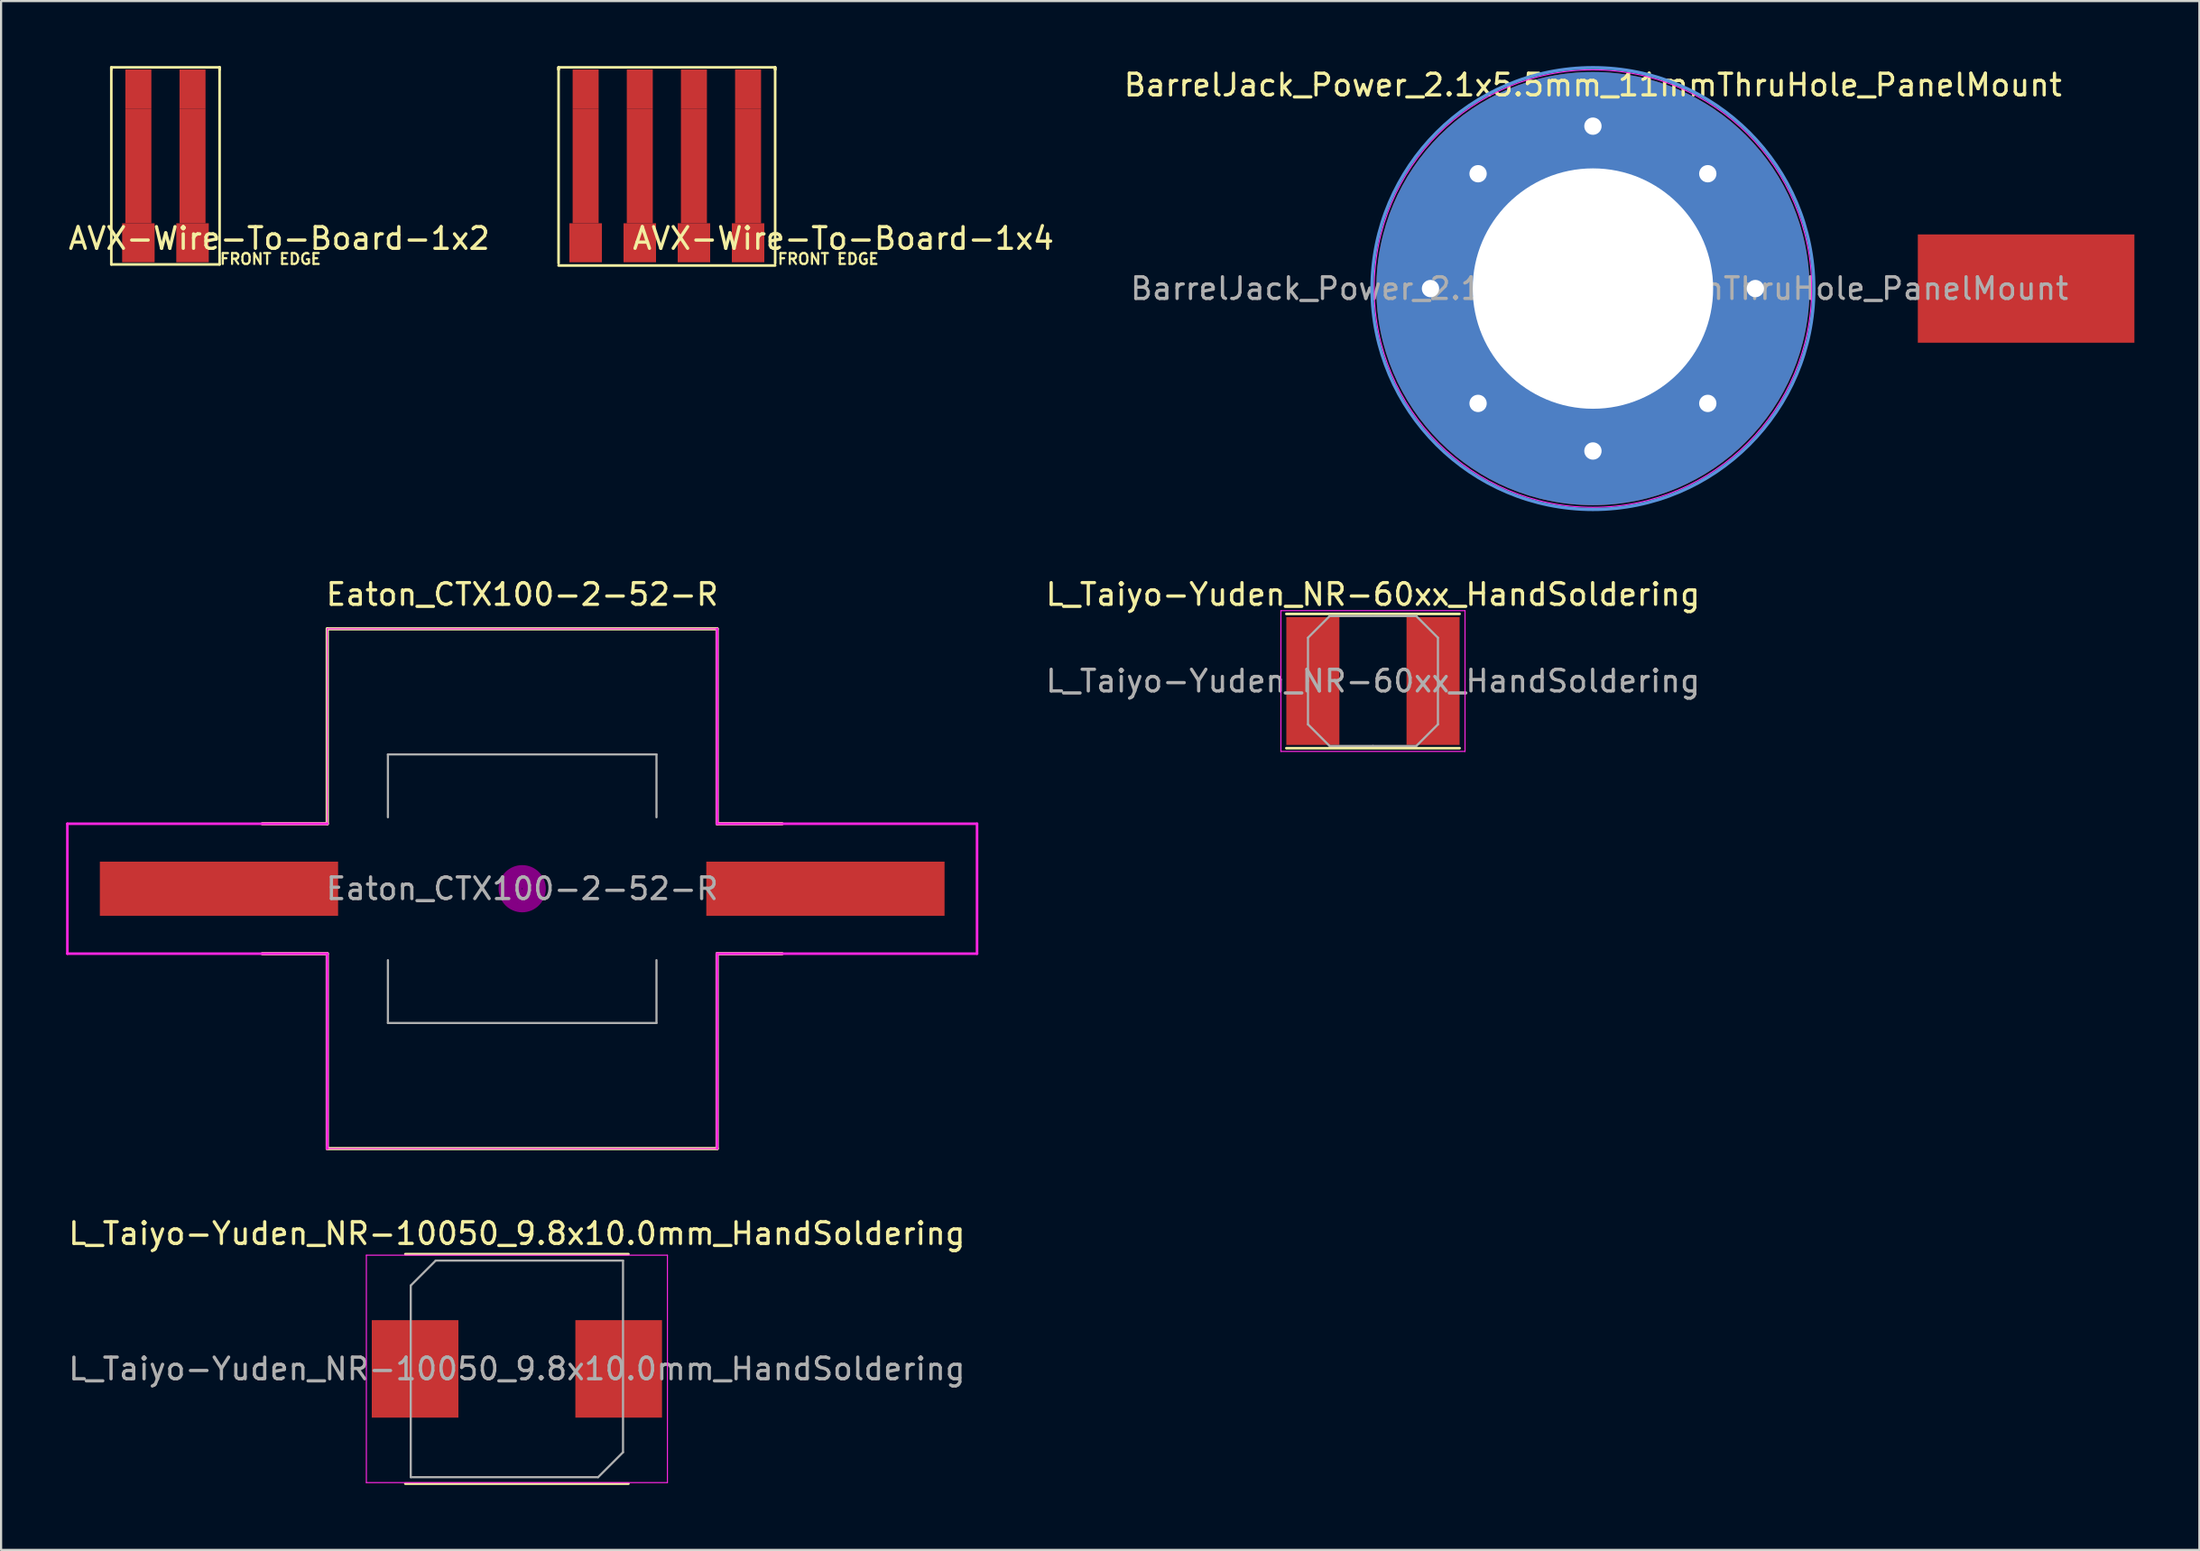
<source format=kicad_pcb>
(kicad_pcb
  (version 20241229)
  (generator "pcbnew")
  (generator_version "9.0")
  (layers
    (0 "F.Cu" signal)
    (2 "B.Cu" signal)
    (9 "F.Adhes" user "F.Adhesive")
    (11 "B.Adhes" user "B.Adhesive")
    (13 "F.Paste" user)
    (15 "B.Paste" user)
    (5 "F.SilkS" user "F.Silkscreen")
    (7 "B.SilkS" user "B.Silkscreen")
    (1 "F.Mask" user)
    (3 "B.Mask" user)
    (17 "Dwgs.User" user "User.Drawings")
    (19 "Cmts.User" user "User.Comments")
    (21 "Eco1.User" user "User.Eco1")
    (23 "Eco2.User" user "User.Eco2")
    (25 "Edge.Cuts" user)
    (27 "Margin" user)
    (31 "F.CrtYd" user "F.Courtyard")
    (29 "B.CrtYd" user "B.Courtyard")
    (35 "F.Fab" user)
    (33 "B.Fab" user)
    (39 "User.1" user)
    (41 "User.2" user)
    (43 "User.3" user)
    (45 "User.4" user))
  (footprint "BarrelJack_Power_2.1x5.5mm_11mmThruHole_PanelMount"
    (layer "F.Cu")
    (at 70.496 10.275)
    (property "Reference" "BarrelJack_Power_2.1x5.5mm_11mmThruHole_PanelMount" (at 0 -9.4 0) (layer "F.SilkS") (effects (font (size 1 1) (thickness 0.15))))
    (attr exclude_from_pos_files exclude_from_bom)
    (fp_circle (center 0 0) (end 10.2 0) (stroke (width 0.15) (type solid)) (fill no) (layer "Cmts.User"))
    (fp_circle (center 0 0) (end 10.1 0) (stroke (width 0.05) (type solid)) (fill no) (layer "F.CrtYd"))
    (fp_text user "${REFERENCE}" (at 0.3 0 0) (layer "F.Fab") (effects (font (size 1 1) (thickness 0.15))))
    (pad "1" thru_hole circle (at -7.5 0) (size 1.1 1.1) (drill 0.8) (layers "*.Cu" "*.Mask"))
    (pad "1" thru_hole circle (at -5.303 -5.303) (size 1.1 1.1) (drill 0.8) (layers "*.Cu" "*.Mask"))
    (pad "1" thru_hole circle (at -5.303 5.303) (size 1.1 1.1) (drill 0.8) (layers "*.Cu" "*.Mask"))
    (pad "1" thru_hole circle (at 0 -7.5) (size 1.1 1.1) (drill 0.8) (layers "*.Cu" "*.Mask"))
    (pad "1" thru_hole circle (at 0 0) (size 20 20) (drill 11.1) (layers "*.Cu" "*.Mask"))
    (pad "1" thru_hole circle (at 0 7.5) (size 1.1 1.1) (drill 0.8) (layers "*.Cu" "*.Mask"))
    (pad "1" thru_hole circle (at 5.303 -5.303) (size 1.1 1.1) (drill 0.8) (layers "*.Cu" "*.Mask"))
    (pad "1" thru_hole circle (at 5.303 5.303) (size 1.1 1.1) (drill 0.8) (layers "*.Cu" "*.Mask"))
    (pad "1" thru_hole circle (at 7.5 0) (size 1.1 1.1) (drill 0.8) (layers "*.Cu" "*.Mask"))
    (pad "2" smd rect (at 20 0 270) (size 5 10) (layers "F.Cu" "F.Mask" "F.Paste")))
  (footprint "L_Taiyo-Yuden_NR-10050_9.8x10.0mm_HandSoldering"
    (layer "F.Cu")
    (at 20.815 60.16)
    (property "Reference" "L_Taiyo-Yuden_NR-10050_9.8x10.0mm_HandSoldering" (at 0 -6.25 0) (layer "F.SilkS") (effects (font (size 1 1) (thickness 0.15))))
    (attr smd)
    (fp_line (start -5.15 -5.3) (end 5.15 -5.3) (stroke (width 0.12) (type solid)) (layer "F.SilkS"))
    (fp_line (start -5.15 5.3) (end 5.15 5.3) (stroke (width 0.12) (type solid)) (layer "F.SilkS"))
    (fp_line (start -6.95 -5.25) (end -6.95 5.25) (stroke (width 0.05) (type solid)) (layer "F.CrtYd"))
    (fp_line (start -6.95 5.25) (end 6.95 5.25) (stroke (width 0.05) (type solid)) (layer "F.CrtYd"))
    (fp_line (start 6.95 -5.25) (end -6.95 -5.25) (stroke (width 0.05) (type solid)) (layer "F.CrtYd"))
    (fp_line (start 6.95 5.25) (end 6.95 -5.25) (stroke (width 0.05) (type solid)) (layer "F.CrtYd"))
    (fp_line (start -4.9 -3.85) (end -4.9 5) (stroke (width 0.1) (type solid)) (layer "F.Fab"))
    (fp_line (start -4.9 -3.85) (end -3.75 -5) (stroke (width 0.1) (type solid)) (layer "F.Fab"))
    (fp_line (start -4.9 5) (end 3.75 5) (stroke (width 0.1) (type solid)) (layer "F.Fab"))
    (fp_line (start 3.75 5) (end 4.9 3.85) (stroke (width 0.1) (type solid)) (layer "F.Fab"))
    (fp_line (start 4.9 -5) (end -3.75 -5) (stroke (width 0.1) (type solid)) (layer "F.Fab"))
    (fp_line (start 4.9 3.85) (end 4.9 -5) (stroke (width 0.1) (type solid)) (layer "F.Fab"))
    (fp_text user "${REFERENCE}" (at 0 0 0) (layer "F.Fab") (effects (font (size 1 1) (thickness 0.15))))
    (pad "1" smd rect (at -4.7 0) (size 4 4.5) (layers "F.Cu" "F.Mask" "F.Paste"))
    (pad "2" smd rect (at 4.7 0) (size 4 4.5) (layers "F.Cu" "F.Mask" "F.Paste")))
  (footprint "L_Taiyo-Yuden_NR-60xx_HandSoldering"
    (layer "F.Cu")
    (at 60.34 28.398)
    (property "Reference" "L_Taiyo-Yuden_NR-60xx_HandSoldering" (at 0 -4 180) (layer "F.SilkS") (effects (font (size 1 1) (thickness 0.15))))
    (attr smd)
    (fp_line (start -4 -3.1) (end 4 -3.1) (stroke (width 0.12) (type solid)) (layer "F.SilkS"))
    (fp_line (start -4 3.1) (end 4 3.1) (stroke (width 0.12) (type solid)) (layer "F.SilkS"))
    (fp_line (start -4.25 -3.25) (end -4.25 3.25) (stroke (width 0.05) (type solid)) (layer "F.CrtYd"))
    (fp_line (start -4.25 3.25) (end 4.25 3.25) (stroke (width 0.05) (type solid)) (layer "F.CrtYd"))
    (fp_line (start 4.25 -3.25) (end -4.25 -3.25) (stroke (width 0.05) (type solid)) (layer "F.CrtYd"))
    (fp_line (start 4.25 3.25) (end 4.25 -3.25) (stroke (width 0.05) (type solid)) (layer "F.CrtYd"))
    (fp_line (start -3 -2) (end -2 -3) (stroke (width 0.1) (type solid)) (layer "F.Fab"))
    (fp_line (start -3 0) (end -3 -2) (stroke (width 0.1) (type solid)) (layer "F.Fab"))
    (fp_line (start -3 0) (end -3 2) (stroke (width 0.1) (type solid)) (layer "F.Fab"))
    (fp_line (start -3 2) (end -2 3) (stroke (width 0.1) (type solid)) (layer "F.Fab"))
    (fp_line (start -2 -3) (end 0 -3) (stroke (width 0.1) (type solid)) (layer "F.Fab"))
    (fp_line (start -2 3) (end 0 3) (stroke (width 0.1) (type solid)) (layer "F.Fab"))
    (fp_line (start 2 -3) (end 0 -3) (stroke (width 0.1) (type solid)) (layer "F.Fab"))
    (fp_line (start 2 3) (end 0 3) (stroke (width 0.1) (type solid)) (layer "F.Fab"))
    (fp_line (start 3 -2) (end 2 -3) (stroke (width 0.1) (type solid)) (layer "F.Fab"))
    (fp_line (start 3 0) (end 3 -2) (stroke (width 0.1) (type solid)) (layer "F.Fab"))
    (fp_line (start 3 0) (end 3 2) (stroke (width 0.1) (type solid)) (layer "F.Fab"))
    (fp_line (start 3 2) (end 2 3) (stroke (width 0.1) (type solid)) (layer "F.Fab"))
    (fp_text user "${REFERENCE}" (at 0 0 180) (layer "F.Fab") (effects (font (size 1 1) (thickness 0.15))))
    (pad "1" smd rect (at -2.775 0) (size 2.45 5.9) (layers "F.Cu" "F.Mask" "F.Paste"))
    (pad "2" smd rect (at 2.775 0) (size 2.45 5.9) (layers "F.Cu" "F.Mask" "F.Paste")))
  (footprint "AVX-Wire-To-Board-1x4"
    (layer "F.Cu")
    (at 23.989 8.16)
    (property "Reference" "AVX-Wire-To-Board-1x4" (at 11.9 -0.2 0) (layer "F.SilkS") (effects (font (size 1 1) (thickness 0.15))))
    (attr smd)
    (fp_line (start -1.25 -8.1) (end -1.25 -8) (stroke (width 0.12) (type solid)) (layer "F.SilkS"))
    (fp_line (start -1.25 -8.1) (end 8.75 -8.1) (stroke (width 0.12) (type solid)) (layer "F.SilkS"))
    (fp_line (start -1.25 -8) (end -1.25 -8.1) (stroke (width 0.12) (type solid)) (layer "F.SilkS"))
    (fp_line (start -1.25 0.95) (end -1.25 -8.05) (stroke (width 0.12) (type solid)) (layer "F.SilkS"))
    (fp_line (start 8.75 -8.1) (end 8.75 -8) (stroke (width 0.12) (type solid)) (layer "F.SilkS"))
    (fp_line (start 8.75 -8.05) (end 8.75 0.95) (stroke (width 0.12) (type solid)) (layer "F.SilkS"))
    (fp_line (start 8.75 -8) (end 8.75 -8.1) (stroke (width 0.12) (type solid)) (layer "F.SilkS"))
    (fp_line (start 8.75 1.05) (end -1.25 1.05) (stroke (width 0.12) (type solid)) (layer "F.SilkS"))
    (fp_text user "FRONT EDGE" (at 11.2 0.75 0) (layer "F.SilkS") (effects (font (size 0.5 0.5) (thickness 0.1))))
    (pad "" smd rect (at 0 -3.55) (size 1.2 5.3) (layers "F.Cu" "F.Paste"))
    (pad "" smd rect (at 2.5 -3.55) (size 1.2 5.3) (layers "F.Cu" "F.Paste"))
    (pad "" smd rect (at 5 -3.55) (size 1.2 5.3) (layers "F.Cu" "F.Paste"))
    (pad "" smd rect (at 7.5 -3.55) (size 1.2 5.3) (layers "F.Cu" "F.Paste"))
    (pad "1" smd rect (at 0 0) (size 1.5 1.8) (layers "F.Cu" "F.Mask" "F.Paste"))
    (pad "2" smd rect (at 2.5 0) (size 1.5 1.8) (layers "F.Cu" "F.Mask" "F.Paste"))
    (pad "3" smd rect (at 5 0) (size 1.5 1.8) (layers "F.Cu" "F.Mask" "F.Paste"))
    (pad "4" smd rect (at 7.5 0) (size 1.5 1.8) (layers "F.Cu" "F.Mask" "F.Paste"))
    (pad "5" smd rect (at 0 -7.1) (size 1.2 1.8) (layers "F.Cu" "F.Mask" "F.Paste"))
    (pad "6" smd rect (at 2.5 -7.1) (size 1.2 1.8) (layers "F.Cu" "F.Mask" "F.Paste"))
    (pad "7" smd rect (at 5 -7.1) (size 1.2 1.8) (layers "F.Cu" "F.Mask" "F.Paste"))
    (pad "8" smd rect (at 7.5 -7.1) (size 1.2 1.8) (layers "F.Cu" "F.Mask" "F.Paste")))
  (footprint "AVX-Wire-To-Board-1x2"
    (layer "F.Cu")
    (at 3.339 8.16)
    (property "Reference" "AVX-Wire-To-Board-1x2" (at 6.5 -0.2 0) (layer "F.SilkS") (effects (font (size 1 1) (thickness 0.15))))
    (attr smd)
    (fp_line (start -1.25 -8.1) (end 3.75 -8.1) (stroke (width 0.12) (type solid)) (layer "F.SilkS"))
    (fp_line (start -1.25 -8.05) (end -1.25 -8.1) (stroke (width 0.12) (type solid)) (layer "F.SilkS"))
    (fp_line (start -1.25 -8) (end -1.25 -8.05) (stroke (width 0.12) (type solid)) (layer "F.SilkS"))
    (fp_line (start -1.25 1) (end -1.25 -8) (stroke (width 0.12) (type solid)) (layer "F.SilkS"))
    (fp_line (start 3.75 -8.1) (end 3.75 -8) (stroke (width 0.12) (type solid)) (layer "F.SilkS"))
    (fp_line (start 3.75 -8) (end 3.75 -8.1) (stroke (width 0.12) (type solid)) (layer "F.SilkS"))
    (fp_line (start 3.75 -8) (end 3.75 1) (stroke (width 0.12) (type solid)) (layer "F.SilkS"))
    (fp_line (start 3.75 1) (end -1.25 1) (stroke (width 0.12) (type solid)) (layer "F.SilkS"))
    (fp_text user "FRONT EDGE" (at 6.1 0.75 0) (layer "F.SilkS") (effects (font (size 0.5 0.5) (thickness 0.1))))
    (pad "" smd rect (at 0 -3.55) (size 1.2 5.3) (layers "F.Cu" "F.Paste"))
    (pad "" smd rect (at 2.5 -3.55) (size 1.2 5.3) (layers "F.Cu" "F.Paste"))
    (pad "1" smd rect (at 0 0) (size 1.5 1.8) (layers "F.Cu" "F.Mask" "F.Paste"))
    (pad "2" smd rect (at 2.5 0) (size 1.5 1.8) (layers "F.Cu" "F.Mask" "F.Paste"))
    (pad "3" smd rect (at 0 -7.1) (size 1.2 1.8) (layers "F.Cu" "F.Mask" "F.Paste"))
    (pad "4" smd rect (at 2.5 -7.1) (size 1.2 1.8) (layers "F.Cu" "F.Mask" "F.Paste")))
  (footprint "Eaton_CTX100-2-52-R"
    (layer "F.Cu")
    (at 21.06 37.987)
    (property "Reference" "Eaton_CTX100-2-52-R" (at 0 -13.589 180) (layer "F.SilkS") (effects (font (size 1 1) (thickness 0.15))))
    (attr smd)
    (fp_line (start -9 -12) (end 9 -12) (stroke (width 0.15) (type solid)) (layer "F.SilkS"))
    (fp_line (start -9 -3) (end -12 -3) (stroke (width 0.15) (type solid)) (layer "F.SilkS"))
    (fp_line (start -9 -3) (end -9 -12) (stroke (width 0.15) (type solid)) (layer "F.SilkS"))
    (fp_line (start -9 3) (end -12 3) (stroke (width 0.15) (type solid)) (layer "F.SilkS"))
    (fp_line (start -9 12) (end -9 3) (stroke (width 0.15) (type solid)) (layer "F.SilkS"))
    (fp_line (start 9 -12) (end 9 -3) (stroke (width 0.15) (type solid)) (layer "F.SilkS"))
    (fp_line (start 9 -3) (end 12 -3) (stroke (width 0.15) (type solid)) (layer "F.SilkS"))
    (fp_line (start 9 3) (end 9 12) (stroke (width 0.15) (type solid)) (layer "F.SilkS"))
    (fp_line (start 9 3) (end 12 3) (stroke (width 0.15) (type solid)) (layer "F.SilkS"))
    (fp_line (start 9 12) (end -9 12) (stroke (width 0.15) (type solid)) (layer "F.SilkS"))
    (fp_circle (center 0 0) (end 0.15 0.15) (stroke (width 0.38) (type solid)) (fill no) (layer "F.Adhes"))
    (fp_circle (center 0 0) (end 0.55 0) (stroke (width 0.38) (type solid)) (fill no) (layer "F.Adhes"))
    (fp_circle (center 0 0) (end 0.9 0) (stroke (width 0.38) (type solid)) (fill no) (layer "F.Adhes"))
    (fp_line (start -21 -3) (end -21 3) (stroke (width 0.12) (type solid)) (layer "F.CrtYd"))
    (fp_line (start -21 3) (end -9 3) (stroke (width 0.12) (type solid)) (layer "F.CrtYd"))
    (fp_line (start -9 -12) (end 9 -12) (stroke (width 0.05) (type solid)) (layer "F.CrtYd"))
    (fp_line (start -9 -3) (end -21 -3) (stroke (width 0.12) (type solid)) (layer "F.CrtYd"))
    (fp_line (start -9 -3) (end -9 -12) (stroke (width 0.05) (type solid)) (layer "F.CrtYd"))
    (fp_line (start -9 3) (end -9 12) (stroke (width 0.12) (type solid)) (layer "F.CrtYd"))
    (fp_line (start -9 12) (end -9 11.938) (stroke (width 0.12) (type solid)) (layer "F.CrtYd"))
    (fp_line (start 9 -3) (end 9 -12) (stroke (width 0.12) (type solid)) (layer "F.CrtYd"))
    (fp_line (start 9 3) (end 21 3) (stroke (width 0.12) (type solid)) (layer "F.CrtYd"))
    (fp_line (start 9 12) (end -9 12) (stroke (width 0.05) (type solid)) (layer "F.CrtYd"))
    (fp_line (start 9 12) (end 9 3) (stroke (width 0.12) (type solid)) (layer "F.CrtYd"))
    (fp_line (start 21 -3) (end 9 -3) (stroke (width 0.12) (type solid)) (layer "F.CrtYd"))
    (fp_line (start 21 3) (end 21 -3) (stroke (width 0.12) (type solid)) (layer "F.CrtYd"))
    (fp_line (start -6.2 -6.2) (end -6.2 -3.3) (stroke (width 0.1) (type solid)) (layer "F.Fab"))
    (fp_line (start -6.2 3.3) (end -6.2 6.2) (stroke (width 0.1) (type solid)) (layer "F.Fab"))
    (fp_line (start -6.2 6.2) (end 6.2 6.2) (stroke (width 0.1) (type solid)) (layer "F.Fab"))
    (fp_line (start 6.2 -6.2) (end -6.2 -6.2) (stroke (width 0.1) (type solid)) (layer "F.Fab"))
    (fp_line (start 6.2 -6.2) (end 6.2 -3.3) (stroke (width 0.1) (type solid)) (layer "F.Fab"))
    (fp_line (start 6.2 6.2) (end 6.2 3.3) (stroke (width 0.1) (type solid)) (layer "F.Fab"))
    (fp_text user "${REFERENCE}" (at 0 0 180) (layer "F.Fab") (effects (font (size 1 1) (thickness 0.15))))
    (pad "1" smd rect (at -14 0) (size 11 2.5) (layers "F.Cu" "F.Mask" "F.Paste"))
    (pad "2" smd rect (at 14 0) (size 11 2.5) (layers "F.Cu" "F.Mask" "F.Paste")))
  (gr_rect
    (start -3 -3)
    (end 98.496 68.52)
    (stroke (width 0.1) (type default))
    (fill no)
    (layer "Edge.Cuts")))
</source>
